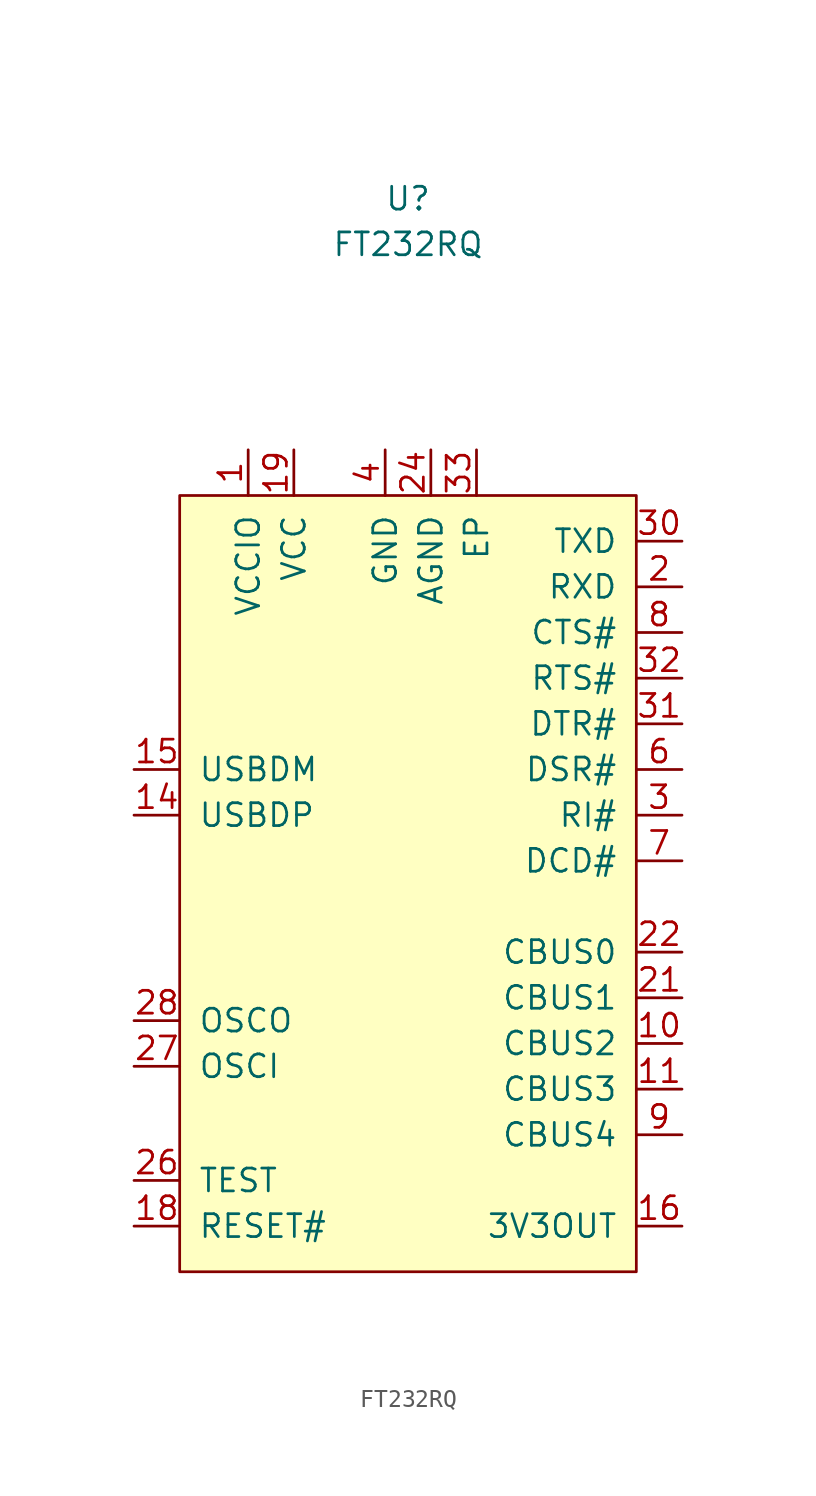
<source format=kicad_sym>
(kicad_symbol_lib
  (version 20231120)
  (generator "kicad_symbol_editor")
  (generator_version "8.0")
  (symbol "FT232RQ"
    (pin_names
      (offset 1.016))
    (property "Reference" "U"
      (at 0 38.1 0)
      (effects (font (size 1.27 1.27))))
    (property "Value" "FT232RQ"
      (at 0 35.56 0)
      (effects (font (size 1.27 1.27))))
    (symbol "FT232RQ_1_1"
      (rectangle (start -12.7 21.59) (end 12.7 -21.59) (stroke (width 0.152) (type solid)) (fill (type background)))
      (pin power_in line (at -8.89 24.13 270) (length 2.54) (name "VCCIO" (effects (font (size 1.27 1.27)))) (number "1" (effects (font (size 1.27 1.27)))))
      (pin bidirectional line (at 15.24 -8.89 180) (length 2.54) (name "CBUS2" (effects (font (size 1.27 1.27)))) (number "10" (effects (font (size 1.27 1.27)))))
      (pin bidirectional line (at 15.24 -11.43 180) (length 2.54) (name "CBUS3" (effects (font (size 1.27 1.27)))) (number "11" (effects (font (size 1.27 1.27)))))
      (pin no_connect line (at -15.24 19.05 0) (length 2.54) hide (name "NC" (effects (font (size 1.27 1.27)))) (number "12" (effects (font (size 1.27 1.27)))))
      (pin no_connect line (at -15.24 19.05 0) (length 2.54) hide (name "NC" (effects (font (size 1.27 1.27)))) (number "13" (effects (font (size 1.27 1.27)))))
      (pin bidirectional line (at -15.24 3.81 0) (length 2.54) (name "USBDP" (effects (font (size 1.27 1.27)))) (number "14" (effects (font (size 1.27 1.27)))))
      (pin bidirectional line (at -15.24 6.35 0) (length 2.54) (name "USBDM" (effects (font (size 1.27 1.27)))) (number "15" (effects (font (size 1.27 1.27)))))
      (pin power_out line (at 15.24 -19.05 180) (length 2.54) (name "3V3OUT" (effects (font (size 1.27 1.27)))) (number "16" (effects (font (size 1.27 1.27)))))
      (pin power_in line (at -1.27 24.13 270) (length 2.54) hide (name "GND" (effects (font (size 1.27 1.27)))) (number "17" (effects (font (size 1.27 1.27)))))
      (pin input line (at -15.24 -19.05 0) (length 2.54) (name "RESET#" (effects (font (size 1.27 1.27)))) (number "18" (effects (font (size 1.27 1.27)))))
      (pin power_in line (at -6.35 24.13 270) (length 2.54) (name "VCC" (effects (font (size 1.27 1.27)))) (number "19" (effects (font (size 1.27 1.27)))))
      (pin input line (at 15.24 16.51 180) (length 2.54) (name "RXD" (effects (font (size 1.27 1.27)))) (number "2" (effects (font (size 1.27 1.27)))))
      (pin power_in line (at -1.27 24.13 270) (length 2.54) hide (name "GND" (effects (font (size 1.27 1.27)))) (number "20" (effects (font (size 1.27 1.27)))))
      (pin bidirectional line (at 15.24 -6.35 180) (length 2.54) (name "CBUS1" (effects (font (size 1.27 1.27)))) (number "21" (effects (font (size 1.27 1.27)))))
      (pin bidirectional line (at 15.24 -3.81 180) (length 2.54) (name "CBUS0" (effects (font (size 1.27 1.27)))) (number "22" (effects (font (size 1.27 1.27)))))
      (pin no_connect line (at -15.24 19.05 0) (length 2.54) hide (name "NC" (effects (font (size 1.27 1.27)))) (number "23" (effects (font (size 1.27 1.27)))))
      (pin power_in line (at 1.27 24.13 270) (length 2.54) (name "AGND" (effects (font (size 1.27 1.27)))) (number "24" (effects (font (size 1.27 1.27)))))
      (pin no_connect line (at -15.24 19.05 0) (length 2.54) hide (name "NC" (effects (font (size 1.27 1.27)))) (number "25" (effects (font (size 1.27 1.27)))))
      (pin input line (at -15.24 -16.51 0) (length 2.54) (name "TEST" (effects (font (size 1.27 1.27)))) (number "26" (effects (font (size 1.27 1.27)))))
      (pin input line (at -15.24 -10.16 0) (length 2.54) (name "OSCI" (effects (font (size 1.27 1.27)))) (number "27" (effects (font (size 1.27 1.27)))))
      (pin output line (at -15.24 -7.62 0) (length 2.54) (name "OSCO" (effects (font (size 1.27 1.27)))) (number "28" (effects (font (size 1.27 1.27)))))
      (pin no_connect line (at -15.24 19.05 0) (length 2.54) hide (name "NC" (effects (font (size 1.27 1.27)))) (number "29" (effects (font (size 1.27 1.27)))))
      (pin input line (at 15.24 3.81 180) (length 2.54) (name "RI#" (effects (font (size 1.27 1.27)))) (number "3" (effects (font (size 1.27 1.27)))))
      (pin output line (at 15.24 19.05 180) (length 2.54) (name "TXD" (effects (font (size 1.27 1.27)))) (number "30" (effects (font (size 1.27 1.27)))))
      (pin output line (at 15.24 8.89 180) (length 2.54) (name "DTR#" (effects (font (size 1.27 1.27)))) (number "31" (effects (font (size 1.27 1.27)))))
      (pin output line (at 15.24 11.43 180) (length 2.54) (name "RTS#" (effects (font (size 1.27 1.27)))) (number "32" (effects (font (size 1.27 1.27)))))
      (pin free line (at 3.81 24.13 270) (length 2.54) (name "EP" (effects (font (size 1.27 1.27)))) (number "33" (effects (font (size 1.27 1.27)))))
      (pin power_in line (at -1.27 24.13 270) (length 2.54) (name "GND" (effects (font (size 1.27 1.27)))) (number "4" (effects (font (size 1.27 1.27)))))
      (pin no_connect line (at -15.24 19.05 0) (length 2.54) hide (name "NC" (effects (font (size 1.27 1.27)))) (number "5" (effects (font (size 1.27 1.27)))))
      (pin input line (at 15.24 6.35 180) (length 2.54) (name "DSR#" (effects (font (size 1.27 1.27)))) (number "6" (effects (font (size 1.27 1.27)))))
      (pin input line (at 15.24 1.27 180) (length 2.54) (name "DCD#" (effects (font (size 1.27 1.27)))) (number "7" (effects (font (size 1.27 1.27)))))
      (pin input line (at 15.24 13.97 180) (length 2.54) (name "CTS#" (effects (font (size 1.27 1.27)))) (number "8" (effects (font (size 1.27 1.27)))))
      (pin bidirectional line (at 15.24 -13.97 180) (length 2.54) (name "CBUS4" (effects (font (size 1.27 1.27)))) (number "9" (effects (font (size 1.27 1.27))))))))
</source>
